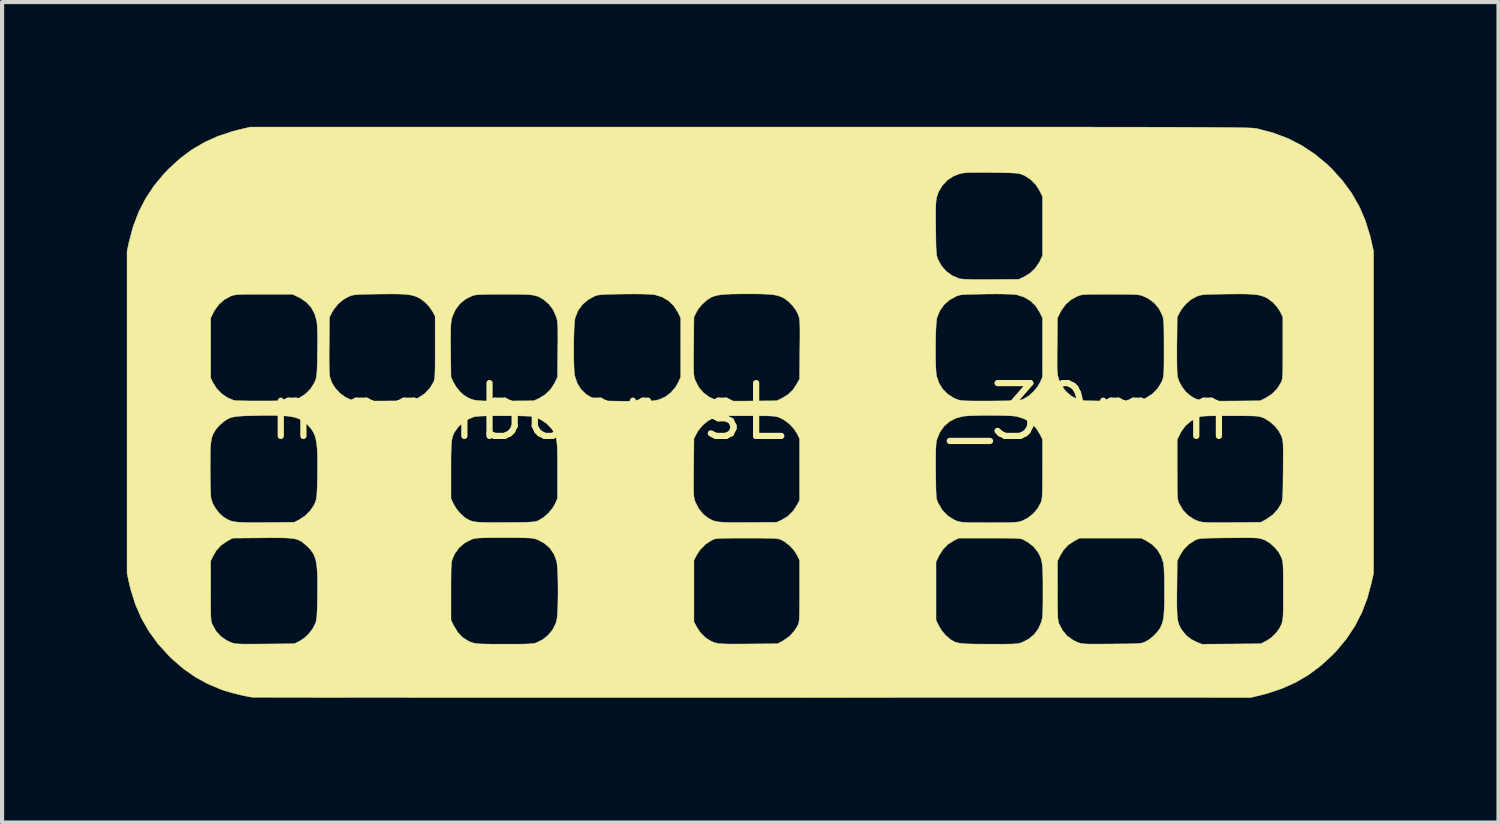
<source format=kicad_pcb>
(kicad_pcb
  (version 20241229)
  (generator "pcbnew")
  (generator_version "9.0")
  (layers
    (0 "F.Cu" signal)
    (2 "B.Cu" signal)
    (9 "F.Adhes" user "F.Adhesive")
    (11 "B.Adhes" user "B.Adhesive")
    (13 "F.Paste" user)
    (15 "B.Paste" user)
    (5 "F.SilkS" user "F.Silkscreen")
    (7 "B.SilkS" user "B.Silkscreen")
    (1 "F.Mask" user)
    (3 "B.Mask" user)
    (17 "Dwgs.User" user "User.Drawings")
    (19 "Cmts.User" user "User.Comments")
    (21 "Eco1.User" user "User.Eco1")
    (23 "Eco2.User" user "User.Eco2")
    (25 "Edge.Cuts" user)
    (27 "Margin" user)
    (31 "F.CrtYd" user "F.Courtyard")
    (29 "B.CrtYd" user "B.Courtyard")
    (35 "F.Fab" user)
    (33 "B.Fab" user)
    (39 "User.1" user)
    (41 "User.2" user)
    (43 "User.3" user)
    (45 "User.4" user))
  (footprint "mechboardsLOGO_30mm"
    (layer "F.Cu")
    (at 14.98 6.852)
    (property "Reference" "mechboardsLOGO_30mm" (at 0 0 0) (layer "F.SilkS") (effects (font (size 1.27 1.27) (thickness 0.15))))
    (attr through_hole)
    (fp_poly (pts (xy 0.853 -6.847) (xy 1.665 -6.847) (xy 2.436 -6.847) (xy 3.168 -6.847) (xy 3.862 -6.847) (xy 4.519 -6.847) (xy 5.14 -6.847) (xy 5.726 -6.847) (xy 6.277 -6.847) (xy 6.796 -6.847) (xy 7.283 -6.846) (xy 7.739 -6.846) (xy 8.165 -6.846) (xy 8.563 -6.845) (xy 8.932 -6.845) (xy 9.275 -6.845) (xy 9.593 -6.844) (xy 9.885 -6.843) (xy 10.154 -6.843) (xy 10.401 -6.842) (xy 10.626 -6.841) (xy 10.83 -6.84) (xy 11.016 -6.839) (xy 11.182 -6.838) (xy 11.332 -6.837) (xy 11.465 -6.836) (xy 11.583 -6.835) (xy 11.687 -6.833) (xy 11.777 -6.832) (xy 11.855 -6.83) (xy 11.923 -6.829) (xy 11.98 -6.827) (xy 12.028 -6.825) (xy 12.069 -6.823) (xy 12.102 -6.821) (xy 12.129 -6.818) (xy 12.152 -6.816) (xy 12.171 -6.813) (xy 12.187 -6.811) (xy 12.202 -6.808) (xy 12.203 -6.808) (xy 12.581 -6.708) (xy 12.938 -6.574) (xy 13.273 -6.402) (xy 13.587 -6.194) (xy 13.883 -5.949) (xy 13.992 -5.843) (xy 14.25 -5.559) (xy 14.469 -5.259) (xy 14.652 -4.941) (xy 14.799 -4.601) (xy 14.912 -4.237) (xy 14.949 -4.081) (xy 14.997 -3.863) (xy 14.997 3.884) (xy 14.949 4.102) (xy 14.849 4.477) (xy 14.716 4.826) (xy 14.548 5.153) (xy 14.344 5.46) (xy 14.102 5.751) (xy 13.992 5.864) (xy 13.719 6.113) (xy 13.432 6.326) (xy 13.126 6.505) (xy 12.797 6.653) (xy 12.441 6.772) (xy 12.251 6.821) (xy 12.054 6.868) (xy 0.085 6.87) (xy -0.626 6.87) (xy -1.326 6.87) (xy -2.015 6.87) (xy -2.69 6.871) (xy -3.352 6.871) (xy -3.999 6.87) (xy -4.629 6.87) (xy -5.242 6.87) (xy -5.836 6.87) (xy -6.41 6.87) (xy -6.963 6.87) (xy -7.493 6.87) (xy -8 6.87) (xy -8.482 6.869) (xy -8.939 6.869) (xy -9.368 6.869) (xy -9.768 6.868) (xy -10.139 6.868) (xy -10.479 6.868) (xy -10.788 6.867) (xy -11.063 6.867) (xy -11.303 6.867) (xy -11.508 6.866) (xy -11.677 6.866) (xy -11.807 6.865) (xy -11.898 6.865) (xy -11.949 6.864) (xy -11.959 6.864) (xy -12.061 6.848) (xy -12.191 6.821) (xy -12.334 6.787) (xy -12.48 6.749) (xy -12.614 6.71) (xy -12.721 6.673) (xy -13.041 6.538) (xy -13.334 6.377) (xy -13.61 6.185) (xy -13.874 5.958) (xy -13.971 5.864) (xy -14.229 5.58) (xy -14.448 5.28) (xy -14.631 4.962) (xy -14.778 4.622) (xy -14.891 4.258) (xy -14.928 4.102) (xy -14.975 3.884) (xy -14.975 3.588) (xy -12.965 3.588) (xy -12.965 4.307) (xy -12.964 4.501) (xy -12.964 4.658) (xy -12.963 4.782) (xy -12.961 4.878) (xy -12.958 4.951) (xy -12.953 5.005) (xy -12.947 5.046) (xy -12.938 5.078) (xy -12.928 5.106) (xy -12.918 5.127) (xy -12.83 5.281) (xy -12.718 5.403) (xy -12.579 5.497) (xy -12.49 5.539) (xy -12.457 5.552) (xy -12.426 5.563) (xy -12.391 5.571) (xy -12.348 5.577) (xy -12.291 5.581) (xy -12.217 5.584) (xy -12.119 5.585) (xy -11.993 5.585) (xy -11.834 5.584) (xy -11.663 5.583) (xy -10.954 5.577) (xy -10.833 5.518) (xy -10.711 5.439) (xy -10.597 5.33) (xy -10.504 5.205) (xy -10.454 5.106) (xy -10.439 5.067) (xy -10.428 5.028) (xy -10.419 4.984) (xy -10.413 4.927) (xy -10.408 4.853) (xy -10.404 4.756) (xy -10.401 4.63) (xy -10.398 4.47) (xy -10.397 4.41) (xy -10.397 4.318) (xy -7.186 4.318) (xy -7.186 5.006) (xy -7.12 5.144) (xy -7.022 5.303) (xy -6.902 5.428) (xy -6.758 5.518) (xy -6.682 5.549) (xy -6.646 5.56) (xy -6.606 5.568) (xy -6.555 5.575) (xy -6.489 5.58) (xy -6.403 5.583) (xy -6.291 5.585) (xy -6.149 5.587) (xy -5.971 5.587) (xy -5.903 5.587) (xy -5.707 5.587) (xy -5.55 5.586) (xy -5.425 5.584) (xy -5.328 5.581) (xy -5.255 5.576) (xy -5.201 5.57) (xy -5.16 5.562) (xy -5.141 5.556) (xy -4.986 5.481) (xy -4.852 5.374) (xy -4.743 5.242) (xy -4.667 5.092) (xy -4.647 5.028) (xy -4.635 4.959) (xy -4.626 4.856) (xy -4.619 4.726) (xy -4.615 4.575) (xy -4.612 4.413) (xy -4.612 4.246) (xy -4.614 4.082) (xy -4.618 3.927) (xy -4.624 3.791) (xy -4.633 3.68) (xy -4.644 3.602) (xy -4.647 3.587) (xy -4.655 3.567) (xy -1.344 3.567) (xy -1.344 5.048) (xy -1.286 5.159) (xy -1.187 5.312) (xy -1.071 5.428) (xy -1.001 5.476) (xy -0.95 5.505) (xy -0.904 5.528) (xy -0.858 5.547) (xy -0.807 5.561) (xy -0.747 5.571) (xy -0.67 5.578) (xy -0.574 5.582) (xy -0.452 5.584) (xy -0.299 5.584) (xy -0.111 5.583) (xy -0.042 5.582) (xy 0.667 5.577) (xy 0.801 5.505) (xy 0.95 5.401) (xy 1.073 5.268) (xy 1.147 5.147) (xy 1.16 5.12) (xy 1.171 5.093) (xy 1.179 5.062) (xy 1.185 5.021) (xy 1.189 4.967) (xy 1.192 4.895) (xy 1.194 4.799) (xy 1.195 4.675) (xy 1.196 4.519) (xy 1.196 4.326) (xy 1.196 3.609) (xy 4.477 3.609) (xy 4.477 5.006) (xy 4.536 5.133) (xy 4.61 5.258) (xy 4.709 5.375) (xy 4.818 5.469) (xy 4.843 5.486) (xy 4.888 5.512) (xy 4.933 5.534) (xy 4.982 5.55) (xy 5.041 5.563) (xy 5.114 5.572) (xy 5.208 5.579) (xy 5.326 5.583) (xy 5.474 5.585) (xy 5.657 5.586) (xy 5.762 5.587) (xy 5.951 5.587) (xy 6.103 5.586) (xy 6.222 5.585) (xy 6.314 5.583) (xy 6.384 5.579) (xy 6.438 5.574) (xy 6.479 5.566) (xy 6.514 5.557) (xy 6.543 5.547) (xy 6.706 5.464) (xy 6.84 5.351) (xy 6.943 5.21) (xy 7.009 5.056) (xy 7.02 5.014) (xy 7.03 4.969) (xy 7.037 4.916) (xy 7.042 4.848) (xy 7.045 4.76) (xy 7.047 4.647) (xy 7.048 4.503) (xy 7.048 4.322) (xy 7.048 4.309) (xy 7.048 4.109) (xy 7.046 3.945) (xy 7.042 3.812) (xy 7.035 3.706) (xy 7.024 3.62) (xy 7.016 3.588) (xy 7.398 3.588) (xy 7.398 4.297) (xy 7.398 4.492) (xy 7.399 4.65) (xy 7.4 4.775) (xy 7.403 4.872) (xy 7.406 4.945) (xy 7.412 5.001) (xy 7.418 5.042) (xy 7.427 5.075) (xy 7.436 5.099) (xy 7.521 5.26) (xy 7.631 5.389) (xy 7.771 5.49) (xy 7.872 5.539) (xy 7.905 5.552) (xy 7.937 5.563) (xy 7.971 5.571) (xy 8.015 5.577) (xy 8.071 5.581) (xy 8.146 5.584) (xy 8.243 5.585) (xy 8.369 5.585) (xy 8.528 5.584) (xy 8.7 5.583) (xy 8.892 5.581) (xy 9.048 5.58) (xy 9.17 5.577) (xy 9.265 5.575) (xy 9.337 5.571) (xy 9.391 5.565) (xy 9.432 5.558) (xy 9.464 5.55) (xy 9.493 5.538) (xy 9.508 5.531) (xy 9.608 5.472) (xy 9.71 5.388) (xy 9.8 5.294) (xy 9.866 5.2) (xy 9.874 5.186) (xy 9.901 5.127) (xy 9.923 5.065) (xy 9.94 4.995) (xy 9.952 4.911) (xy 9.96 4.808) (xy 9.966 4.68) (xy 9.967 4.639) (xy 10.268 4.639) (xy 10.271 4.777) (xy 10.276 4.888) (xy 10.284 4.977) (xy 10.297 5.049) (xy 10.315 5.109) (xy 10.338 5.162) (xy 10.367 5.214) (xy 10.398 5.261) (xy 10.496 5.38) (xy 10.614 5.471) (xy 10.744 5.536) (xy 10.869 5.588) (xy 11.578 5.583) (xy 12.287 5.577) (xy 12.411 5.515) (xy 12.534 5.434) (xy 12.646 5.328) (xy 12.736 5.207) (xy 12.783 5.111) (xy 12.795 5.076) (xy 12.805 5.041) (xy 12.812 4.999) (xy 12.818 4.946) (xy 12.822 4.877) (xy 12.825 4.787) (xy 12.826 4.671) (xy 12.827 4.523) (xy 12.827 4.339) (xy 12.827 4.307) (xy 12.827 4.118) (xy 12.826 3.965) (xy 12.825 3.845) (xy 12.823 3.751) (xy 12.819 3.68) (xy 12.814 3.625) (xy 12.807 3.582) (xy 12.797 3.545) (xy 12.785 3.51) (xy 12.781 3.499) (xy 12.718 3.378) (xy 12.624 3.262) (xy 12.511 3.161) (xy 12.39 3.087) (xy 12.352 3.072) (xy 12.317 3.059) (xy 12.283 3.049) (xy 12.245 3.041) (xy 12.198 3.035) (xy 12.138 3.032) (xy 12.058 3.029) (xy 11.955 3.028) (xy 11.823 3.029) (xy 11.657 3.03) (xy 11.516 3.031) (xy 11.324 3.033) (xy 11.169 3.035) (xy 11.047 3.037) (xy 10.952 3.04) (xy 10.881 3.044) (xy 10.828 3.049) (xy 10.788 3.056) (xy 10.757 3.065) (xy 10.729 3.076) (xy 10.706 3.087) (xy 10.552 3.186) (xy 10.427 3.315) (xy 10.346 3.445) (xy 10.276 3.587) (xy 10.27 4.261) (xy 10.268 4.468) (xy 10.268 4.639) (xy 9.967 4.639) (xy 9.969 4.522) (xy 9.969 4.328) (xy 9.97 4.307) (xy 9.969 4.129) (xy 9.966 3.969) (xy 9.961 3.833) (xy 9.956 3.726) (xy 9.949 3.654) (xy 9.946 3.636) (xy 9.888 3.464) (xy 9.796 3.313) (xy 9.671 3.187) (xy 9.525 3.095) (xy 9.409 3.037) (xy 7.927 3.037) (xy 7.793 3.11) (xy 7.655 3.203) (xy 7.544 3.322) (xy 7.455 3.471) (xy 7.398 3.588) (xy 7.016 3.588) (xy 7.008 3.55) (xy 6.987 3.489) (xy 6.961 3.433) (xy 6.927 3.376) (xy 6.917 3.36) (xy 6.825 3.245) (xy 6.701 3.145) (xy 6.604 3.088) (xy 6.578 3.074) (xy 6.553 3.064) (xy 6.524 3.055) (xy 6.486 3.049) (xy 6.435 3.044) (xy 6.366 3.041) (xy 6.274 3.039) (xy 6.155 3.038) (xy 6.004 3.038) (xy 5.817 3.037) (xy 5.768 3.037) (xy 5.027 3.037) (xy 4.911 3.092) (xy 4.769 3.182) (xy 4.647 3.305) (xy 4.551 3.454) (xy 4.542 3.471) (xy 4.477 3.609) (xy 1.196 3.609) (xy 1.196 3.567) (xy 1.137 3.448) (xy 1.064 3.332) (xy 0.962 3.222) (xy 0.848 3.13) (xy 0.767 3.084) (xy 0.739 3.071) (xy 0.71 3.061) (xy 0.676 3.054) (xy 0.633 3.048) (xy 0.575 3.044) (xy 0.497 3.041) (xy 0.396 3.039) (xy 0.265 3.038) (xy 0.102 3.037) (xy -0.074 3.037) (xy -0.271 3.037) (xy -0.43 3.038) (xy -0.556 3.039) (xy -0.654 3.041) (xy -0.728 3.043) (xy -0.783 3.048) (xy -0.825 3.054) (xy -0.856 3.062) (xy -0.883 3.072) (xy -0.91 3.085) (xy -0.915 3.087) (xy -1.068 3.186) (xy -1.196 3.318) (xy -1.272 3.433) (xy -1.344 3.567) (xy -4.655 3.567) (xy -4.711 3.419) (xy -4.808 3.278) (xy -4.937 3.164) (xy -5.097 3.077) (xy -5.132 3.064) (xy -5.165 3.053) (xy -5.202 3.044) (xy -5.247 3.038) (xy -5.307 3.034) (xy -5.386 3.031) (xy -5.488 3.029) (xy -5.62 3.028) (xy -5.787 3.027) (xy -5.9 3.027) (xy -6.09 3.027) (xy -6.243 3.028) (xy -6.364 3.029) (xy -6.458 3.032) (xy -6.529 3.036) (xy -6.583 3.041) (xy -6.626 3.048) (xy -6.661 3.057) (xy -6.691 3.068) (xy -6.854 3.151) (xy -6.987 3.263) (xy -7.091 3.406) (xy -7.146 3.524) (xy -7.157 3.557) (xy -7.166 3.593) (xy -7.173 3.637) (xy -7.178 3.694) (xy -7.182 3.77) (xy -7.184 3.869) (xy -7.185 3.996) (xy -7.186 4.157) (xy -7.186 4.318) (xy -10.397 4.318) (xy -10.395 4.179) (xy -10.397 3.985) (xy -10.403 3.824) (xy -10.415 3.69) (xy -10.434 3.58) (xy -10.461 3.489) (xy -10.497 3.41) (xy -10.543 3.341) (xy -10.6 3.276) (xy -10.656 3.222) (xy -10.712 3.173) (xy -10.763 3.132) (xy -10.813 3.1) (xy -10.869 3.075) (xy -10.935 3.056) (xy -11.016 3.043) (xy -11.116 3.035) (xy -11.241 3.031) (xy -11.395 3.029) (xy -11.583 3.03) (xy -11.725 3.031) (xy -12.435 3.037) (xy -12.569 3.11) (xy -12.714 3.209) (xy -12.829 3.335) (xy -12.909 3.471) (xy -12.965 3.588) (xy -14.975 3.588) (xy -14.975 1.368) (xy -12.975 1.368) (xy -12.974 1.548) (xy -12.972 1.712) (xy -12.968 1.854) (xy -12.964 1.97) (xy -12.958 2.053) (xy -12.952 2.094) (xy -12.912 2.211) (xy -12.843 2.331) (xy -12.757 2.44) (xy -12.665 2.521) (xy -12.609 2.559) (xy -12.558 2.589) (xy -12.507 2.613) (xy -12.451 2.632) (xy -12.384 2.645) (xy -12.302 2.654) (xy -12.2 2.66) (xy -12.072 2.663) (xy -11.913 2.663) (xy -11.719 2.662) (xy -11.652 2.662) (xy -10.954 2.656) (xy -10.825 2.589) (xy -10.691 2.499) (xy -10.573 2.382) (xy -10.483 2.249) (xy -10.453 2.184) (xy -10.439 2.146) (xy -10.428 2.107) (xy -10.419 2.062) (xy -10.413 2.005) (xy -10.408 1.93) (xy -10.404 1.833) (xy -10.401 1.706) (xy -10.398 1.544) (xy -10.397 1.489) (xy -10.397 1.397) (xy -7.186 1.397) (xy -7.186 2.085) (xy -7.127 2.212) (xy -7.052 2.337) (xy -6.954 2.454) (xy -6.845 2.548) (xy -6.819 2.565) (xy -6.775 2.591) (xy -6.732 2.613) (xy -6.685 2.629) (xy -6.629 2.642) (xy -6.559 2.651) (xy -6.471 2.657) (xy -6.359 2.66) (xy -6.219 2.662) (xy -6.045 2.662) (xy -5.874 2.661) (xy -5.683 2.66) (xy -5.529 2.658) (xy -5.408 2.656) (xy -5.314 2.653) (xy -5.243 2.649) (xy -5.19 2.644) (xy -5.15 2.637) (xy -5.118 2.628) (xy -5.089 2.617) (xy -5.075 2.61) (xy -4.955 2.536) (xy -4.84 2.434) (xy -4.742 2.315) (xy -4.686 2.217) (xy -4.625 2.085) (xy -4.625 1.692) (xy -1.353 1.692) (xy -1.353 1.814) (xy -1.351 1.908) (xy -1.349 1.981) (xy -1.344 2.036) (xy -1.338 2.079) (xy -1.329 2.115) (xy -1.318 2.149) (xy -1.312 2.167) (xy -1.23 2.329) (xy -1.119 2.462) (xy -1.029 2.535) (xy -0.977 2.569) (xy -0.928 2.596) (xy -0.878 2.618) (xy -0.822 2.634) (xy -0.754 2.646) (xy -0.67 2.654) (xy -0.564 2.659) (xy -0.431 2.662) (xy -0.267 2.662) (xy -0.066 2.661) (xy -0.042 2.661) (xy 0.646 2.656) (xy 0.765 2.601) (xy 0.916 2.51) (xy 1.037 2.391) (xy 1.124 2.26) (xy 1.196 2.127) (xy 1.196 1.164) (xy 4.468 1.164) (xy 4.469 1.354) (xy 4.47 1.455) (xy 4.472 1.635) (xy 4.474 1.777) (xy 4.476 1.888) (xy 4.48 1.973) (xy 4.484 2.037) (xy 4.491 2.085) (xy 4.499 2.122) (xy 4.511 2.155) (xy 4.525 2.188) (xy 4.533 2.204) (xy 4.629 2.365) (xy 4.752 2.495) (xy 4.9 2.591) (xy 4.98 2.626) (xy 5.015 2.637) (xy 5.053 2.646) (xy 5.099 2.653) (xy 5.16 2.658) (xy 5.239 2.661) (xy 5.342 2.664) (xy 5.474 2.665) (xy 5.64 2.665) (xy 5.757 2.666) (xy 5.948 2.665) (xy 6.101 2.664) (xy 6.222 2.663) (xy 6.315 2.66) (xy 6.387 2.655) (xy 6.442 2.65) (xy 6.485 2.642) (xy 6.522 2.632) (xy 6.533 2.628) (xy 6.678 2.557) (xy 6.811 2.453) (xy 6.921 2.325) (xy 6.999 2.181) (xy 7 2.179) (xy 7.011 2.149) (xy 7.019 2.114) (xy 7.025 2.068) (xy 7.03 2.008) (xy 7.034 1.928) (xy 7.036 1.823) (xy 7.037 1.689) (xy 7.038 1.521) (xy 7.038 1.376) (xy 7.038 0.667) (xy 7.038 0.666) (xy 10.276 0.666) (xy 10.276 1.386) (xy 10.277 1.58) (xy 10.277 1.736) (xy 10.278 1.86) (xy 10.28 1.956) (xy 10.283 2.029) (xy 10.288 2.083) (xy 10.294 2.124) (xy 10.303 2.157) (xy 10.313 2.185) (xy 10.324 2.208) (xy 10.418 2.368) (xy 10.539 2.495) (xy 10.688 2.59) (xy 10.78 2.628) (xy 10.814 2.639) (xy 10.851 2.647) (xy 10.897 2.654) (xy 10.956 2.658) (xy 11.033 2.661) (xy 11.134 2.663) (xy 11.263 2.663) (xy 11.425 2.663) (xy 11.589 2.662) (xy 12.287 2.656) (xy 12.421 2.584) (xy 12.57 2.48) (xy 12.694 2.347) (xy 12.768 2.226) (xy 12.781 2.198) (xy 12.792 2.17) (xy 12.8 2.137) (xy 12.806 2.094) (xy 12.811 2.037) (xy 12.815 1.96) (xy 12.818 1.859) (xy 12.82 1.729) (xy 12.821 1.565) (xy 12.823 1.416) (xy 12.824 1.224) (xy 12.825 1.068) (xy 12.825 0.945) (xy 12.824 0.849) (xy 12.821 0.776) (xy 12.817 0.72) (xy 12.811 0.676) (xy 12.802 0.64) (xy 12.791 0.606) (xy 12.782 0.58) (xy 12.718 0.459) (xy 12.624 0.341) (xy 12.509 0.239) (xy 12.385 0.162) (xy 12.351 0.147) (xy 12.315 0.132) (xy 12.28 0.121) (xy 12.243 0.113) (xy 12.198 0.106) (xy 12.139 0.102) (xy 12.061 0.099) (xy 11.96 0.097) (xy 11.83 0.096) (xy 11.666 0.096) (xy 11.546 0.096) (xy 11.359 0.096) (xy 11.208 0.096) (xy 11.09 0.097) (xy 10.998 0.1) (xy 10.928 0.103) (xy 10.875 0.109) (xy 10.834 0.116) (xy 10.799 0.125) (xy 10.765 0.137) (xy 10.748 0.144) (xy 10.6 0.226) (xy 10.471 0.341) (xy 10.368 0.483) (xy 10.346 0.525) (xy 10.276 0.666) (xy 7.038 0.666) (xy 6.982 0.55) (xy 6.885 0.393) (xy 6.76 0.267) (xy 6.61 0.174) (xy 6.437 0.116) (xy 6.392 0.107) (xy 6.321 0.1) (xy 6.216 0.094) (xy 6.085 0.09) (xy 5.936 0.087) (xy 5.779 0.086) (xy 5.621 0.086) (xy 5.469 0.089) (xy 5.334 0.093) (xy 5.222 0.098) (xy 5.143 0.106) (xy 5.137 0.106) (xy 4.959 0.152) (xy 4.803 0.232) (xy 4.673 0.344) (xy 4.572 0.485) (xy 4.502 0.653) (xy 4.485 0.72) (xy 4.479 0.776) (xy 4.473 0.871) (xy 4.47 1.002) (xy 4.468 1.164) (xy 1.196 1.164) (xy 1.196 0.646) (xy 1.137 0.525) (xy 1.058 0.404) (xy 0.95 0.29) (xy 0.826 0.197) (xy 0.725 0.145) (xy 0.69 0.131) (xy 0.656 0.12) (xy 0.618 0.112) (xy 0.572 0.106) (xy 0.511 0.101) (xy 0.431 0.098) (xy 0.327 0.097) (xy 0.193 0.096) (xy 0.024 0.096) (xy -0.074 0.096) (xy -0.262 0.096) (xy -0.412 0.096) (xy -0.531 0.097) (xy -0.622 0.1) (xy -0.692 0.103) (xy -0.745 0.109) (xy -0.786 0.116) (xy -0.821 0.125) (xy -0.855 0.137) (xy -0.873 0.145) (xy -1.004 0.216) (xy -1.128 0.318) (xy -1.231 0.439) (xy -1.282 0.522) (xy -1.344 0.646) (xy -1.35 1.346) (xy -1.352 1.537) (xy -1.353 1.692) (xy -4.625 1.692) (xy -4.625 1.397) (xy -4.625 1.191) (xy -4.627 1.021) (xy -4.63 0.884) (xy -4.636 0.775) (xy -4.645 0.687) (xy -4.658 0.617) (xy -4.677 0.558) (xy -4.701 0.507) (xy -4.731 0.457) (xy -4.769 0.405) (xy -4.779 0.392) (xy -4.87 0.296) (xy -4.988 0.21) (xy -5.115 0.143) (xy -5.175 0.121) (xy -5.222 0.113) (xy -5.302 0.106) (xy -5.417 0.101) (xy -5.569 0.097) (xy -5.759 0.096) (xy -5.905 0.095) (xy -6.123 0.096) (xy -6.3 0.098) (xy -6.438 0.102) (xy -6.541 0.108) (xy -6.609 0.115) (xy -6.636 0.121) (xy -6.763 0.175) (xy -6.887 0.253) (xy -6.993 0.346) (xy -7.032 0.392) (xy -7.071 0.446) (xy -7.104 0.495) (xy -7.129 0.546) (xy -7.149 0.602) (xy -7.163 0.669) (xy -7.174 0.752) (xy -7.18 0.857) (xy -7.184 0.987) (xy -7.186 1.148) (xy -7.186 1.345) (xy -7.186 1.397) (xy -10.397 1.397) (xy -10.395 1.258) (xy -10.397 1.065) (xy -10.403 0.904) (xy -10.415 0.771) (xy -10.434 0.661) (xy -10.46 0.569) (xy -10.495 0.491) (xy -10.539 0.421) (xy -10.594 0.356) (xy -10.628 0.32) (xy -10.694 0.259) (xy -10.763 0.209) (xy -10.838 0.169) (xy -10.925 0.138) (xy -11.029 0.115) (xy -11.153 0.1) (xy -11.304 0.091) (xy -11.485 0.087) (xy -11.701 0.088) (xy -11.818 0.09) (xy -12.003 0.094) (xy -12.153 0.098) (xy -12.271 0.105) (xy -12.365 0.115) (xy -12.44 0.129) (xy -12.502 0.148) (xy -12.557 0.174) (xy -12.61 0.207) (xy -12.667 0.249) (xy -12.668 0.25) (xy -12.741 0.313) (xy -12.81 0.388) (xy -12.843 0.431) (xy -12.878 0.487) (xy -12.907 0.54) (xy -12.929 0.596) (xy -12.946 0.659) (xy -12.958 0.737) (xy -12.967 0.833) (xy -12.972 0.954) (xy -12.974 1.104) (xy -12.975 1.289) (xy -12.975 1.368) (xy -14.975 1.368) (xy -14.975 -2.255) (xy -12.965 -2.255) (xy -12.965 -0.815) (xy -12.907 -0.698) (xy -12.818 -0.558) (xy -12.7 -0.436) (xy -12.563 -0.341) (xy -12.416 -0.279) (xy -12.396 -0.274) (xy -12.359 -0.27) (xy -12.285 -0.266) (xy -12.18 -0.264) (xy -12.051 -0.262) (xy -11.901 -0.261) (xy -11.738 -0.261) (xy -11.652 -0.261) (xy -10.974 -0.265) (xy -10.833 -0.334) (xy -10.686 -0.428) (xy -10.564 -0.549) (xy -10.474 -0.691) (xy -10.453 -0.737) (xy -10.439 -0.775) (xy -10.428 -0.813) (xy -10.419 -0.858) (xy -10.413 -0.913) (xy -10.408 -0.987) (xy -10.404 -1.082) (xy -10.401 -1.207) (xy -10.399 -1.366) (xy -10.398 -1.375) (xy -10.116 -1.375) (xy -10.115 -1.183) (xy -10.112 -1.031) (xy -10.107 -0.919) (xy -10.1 -0.846) (xy -10.097 -0.831) (xy -10.047 -0.693) (xy -9.962 -0.561) (xy -9.853 -0.444) (xy -9.725 -0.35) (xy -9.589 -0.288) (xy -9.573 -0.284) (xy -9.53 -0.275) (xy -9.466 -0.269) (xy -9.377 -0.264) (xy -9.259 -0.261) (xy -9.109 -0.259) (xy -8.923 -0.26) (xy -8.794 -0.26) (xy -8.116 -0.265) (xy -7.975 -0.334) (xy -7.823 -0.432) (xy -7.699 -0.561) (xy -7.616 -0.695) (xy -7.603 -0.722) (xy -7.593 -0.749) (xy -7.584 -0.78) (xy -7.578 -0.82) (xy -7.574 -0.873) (xy -7.571 -0.945) (xy -7.569 -1.04) (xy -7.568 -1.163) (xy -7.567 -1.318) (xy -7.567 -1.509) (xy -7.567 -1.545) (xy -7.567 -1.758) (xy -7.195 -1.758) (xy -7.194 -1.589) (xy -7.193 -1.476) (xy -7.186 -0.836) (xy -7.13 -0.716) (xy -7.062 -0.599) (xy -6.974 -0.49) (xy -6.878 -0.401) (xy -6.806 -0.355) (xy -6.753 -0.328) (xy -6.704 -0.307) (xy -6.654 -0.29) (xy -6.597 -0.278) (xy -6.529 -0.269) (xy -6.443 -0.263) (xy -6.336 -0.26) (xy -6.2 -0.259) (xy -6.032 -0.259) (xy -5.874 -0.26) (xy -5.196 -0.265) (xy -5.067 -0.324) (xy -4.922 -0.414) (xy -4.796 -0.535) (xy -4.699 -0.679) (xy -4.684 -0.709) (xy -4.625 -0.836) (xy -4.618 -1.489) (xy -4.618 -1.511) (xy -4.235 -1.511) (xy -4.234 -1.351) (xy -4.232 -1.2) (xy -4.227 -1.067) (xy -4.221 -0.957) (xy -4.212 -0.879) (xy -4.21 -0.864) (xy -4.153 -0.692) (xy -4.062 -0.544) (xy -3.938 -0.421) (xy -3.785 -0.328) (xy -3.672 -0.284) (xy -3.628 -0.275) (xy -3.556 -0.268) (xy -3.451 -0.262) (xy -3.313 -0.259) (xy -3.137 -0.256) (xy -2.95 -0.255) (xy -2.766 -0.255) (xy -2.618 -0.256) (xy -2.502 -0.257) (xy -2.412 -0.26) (xy -2.342 -0.264) (xy -2.286 -0.27) (xy -2.24 -0.279) (xy -2.197 -0.29) (xy -2.172 -0.297) (xy -2.029 -0.362) (xy -1.899 -0.461) (xy -1.79 -0.587) (xy -1.723 -0.703) (xy -1.662 -0.836) (xy -1.662 -1.229) (xy -1.353 -1.229) (xy -1.353 -1.107) (xy -1.351 -1.012) (xy -1.349 -0.939) (xy -1.344 -0.884) (xy -1.338 -0.841) (xy -1.329 -0.805) (xy -1.318 -0.772) (xy -1.313 -0.757) (xy -1.23 -0.594) (xy -1.117 -0.459) (xy -0.975 -0.354) (xy -0.84 -0.293) (xy -0.806 -0.282) (xy -0.769 -0.274) (xy -0.723 -0.267) (xy -0.663 -0.263) (xy -0.585 -0.26) (xy -0.484 -0.258) (xy -0.354 -0.258) (xy -0.19 -0.258) (xy -0.042 -0.259) (xy 0.646 -0.265) (xy 0.762 -0.32) (xy 0.916 -0.413) (xy 1.038 -0.531) (xy 1.123 -0.66) (xy 1.196 -0.794) (xy 1.202 -1.505) (xy 1.202 -1.511) (xy 4.465 -1.511) (xy 4.465 -1.351) (xy 4.468 -1.2) (xy 4.472 -1.067) (xy 4.479 -0.957) (xy 4.487 -0.879) (xy 4.49 -0.864) (xy 4.547 -0.694) (xy 4.638 -0.545) (xy 4.762 -0.422) (xy 4.913 -0.327) (xy 5.023 -0.284) (xy 5.059 -0.276) (xy 5.113 -0.269) (xy 5.188 -0.264) (xy 5.289 -0.261) (xy 5.42 -0.26) (xy 5.584 -0.259) (xy 5.786 -0.26) (xy 5.8 -0.26) (xy 5.989 -0.262) (xy 6.141 -0.263) (xy 6.261 -0.266) (xy 6.353 -0.268) (xy 6.423 -0.272) (xy 6.475 -0.278) (xy 6.515 -0.285) (xy 6.547 -0.294) (xy 6.576 -0.306) (xy 6.589 -0.312) (xy 6.711 -0.387) (xy 6.826 -0.491) (xy 6.924 -0.611) (xy 6.977 -0.704) (xy 7.038 -0.836) (xy 7.038 -1.249) (xy 7.389 -1.249) (xy 7.389 -1.13) (xy 7.39 -1.038) (xy 7.393 -0.968) (xy 7.398 -0.913) (xy 7.405 -0.868) (xy 7.415 -0.829) (xy 7.427 -0.79) (xy 7.43 -0.781) (xy 7.505 -0.618) (xy 7.611 -0.48) (xy 7.744 -0.37) (xy 7.898 -0.294) (xy 7.967 -0.274) (xy 8.004 -0.27) (xy 8.077 -0.266) (xy 8.182 -0.264) (xy 8.312 -0.262) (xy 8.461 -0.261) (xy 8.625 -0.261) (xy 8.711 -0.261) (xy 9.388 -0.265) (xy 9.529 -0.334) (xy 9.677 -0.428) (xy 9.8 -0.551) (xy 9.892 -0.696) (xy 9.91 -0.737) (xy 9.924 -0.771) (xy 9.934 -0.805) (xy 9.943 -0.842) (xy 9.949 -0.889) (xy 9.953 -0.95) (xy 9.956 -1.03) (xy 9.958 -1.135) (xy 9.959 -1.269) (xy 9.959 -1.371) (xy 10.268 -1.371) (xy 10.269 -1.175) (xy 10.272 -1.021) (xy 10.277 -0.909) (xy 10.285 -0.839) (xy 10.287 -0.832) (xy 10.329 -0.712) (xy 10.399 -0.589) (xy 10.487 -0.478) (xy 10.576 -0.4) (xy 10.632 -0.362) (xy 10.683 -0.331) (xy 10.735 -0.307) (xy 10.792 -0.289) (xy 10.859 -0.275) (xy 10.942 -0.266) (xy 11.045 -0.261) (xy 11.174 -0.258) (xy 11.335 -0.258) (xy 11.531 -0.259) (xy 11.579 -0.259) (xy 12.267 -0.265) (xy 12.408 -0.334) (xy 12.56 -0.432) (xy 12.685 -0.562) (xy 12.767 -0.694) (xy 12.78 -0.721) (xy 12.791 -0.748) (xy 12.799 -0.779) (xy 12.805 -0.818) (xy 12.81 -0.871) (xy 12.813 -0.942) (xy 12.815 -1.036) (xy 12.816 -1.157) (xy 12.816 -1.311) (xy 12.816 -1.502) (xy 12.816 -2.275) (xy 12.762 -2.392) (xy 12.683 -2.518) (xy 12.577 -2.633) (xy 12.457 -2.723) (xy 12.425 -2.741) (xy 12.366 -2.768) (xy 12.304 -2.79) (xy 12.234 -2.807) (xy 12.152 -2.82) (xy 12.051 -2.828) (xy 11.927 -2.833) (xy 11.774 -2.834) (xy 11.587 -2.833) (xy 11.472 -2.832) (xy 11.295 -2.829) (xy 11.154 -2.827) (xy 11.045 -2.824) (xy 10.961 -2.82) (xy 10.898 -2.814) (xy 10.849 -2.807) (xy 10.808 -2.797) (xy 10.772 -2.785) (xy 10.748 -2.776) (xy 10.611 -2.702) (xy 10.485 -2.595) (xy 10.381 -2.467) (xy 10.344 -2.405) (xy 10.276 -2.275) (xy 10.269 -1.609) (xy 10.268 -1.371) (xy 9.959 -1.371) (xy 9.959 -1.438) (xy 9.959 -1.535) (xy 9.959 -1.725) (xy 9.958 -1.878) (xy 9.956 -1.998) (xy 9.954 -2.092) (xy 9.95 -2.163) (xy 9.944 -2.218) (xy 9.937 -2.26) (xy 9.927 -2.295) (xy 9.919 -2.32) (xy 9.837 -2.484) (xy 9.724 -2.619) (xy 9.58 -2.725) (xy 9.451 -2.785) (xy 9.418 -2.797) (xy 9.382 -2.806) (xy 9.338 -2.813) (xy 9.281 -2.818) (xy 9.205 -2.821) (xy 9.106 -2.824) (xy 8.978 -2.825) (xy 8.817 -2.826) (xy 8.668 -2.826) (xy 8.48 -2.826) (xy 8.33 -2.825) (xy 8.211 -2.824) (xy 8.12 -2.822) (xy 8.05 -2.818) (xy 7.997 -2.813) (xy 7.956 -2.806) (xy 7.921 -2.796) (xy 7.887 -2.784) (xy 7.87 -2.777) (xy 7.721 -2.695) (xy 7.592 -2.58) (xy 7.489 -2.438) (xy 7.467 -2.396) (xy 7.398 -2.255) (xy 7.391 -1.586) (xy 7.389 -1.399) (xy 7.389 -1.249) (xy 7.038 -1.249) (xy 7.038 -2.255) (xy 6.968 -2.396) (xy 6.871 -2.549) (xy 6.745 -2.67) (xy 6.593 -2.759) (xy 6.417 -2.814) (xy 6.404 -2.817) (xy 6.339 -2.824) (xy 6.237 -2.829) (xy 6.1 -2.832) (xy 5.932 -2.834) (xy 5.737 -2.833) (xy 5.675 -2.832) (xy 5.496 -2.829) (xy 5.353 -2.827) (xy 5.243 -2.823) (xy 5.158 -2.819) (xy 5.095 -2.813) (xy 5.047 -2.806) (xy 5.009 -2.797) (xy 4.976 -2.785) (xy 4.97 -2.783) (xy 4.805 -2.692) (xy 4.671 -2.575) (xy 4.569 -2.433) (xy 4.502 -2.268) (xy 4.499 -2.255) (xy 4.489 -2.194) (xy 4.481 -2.097) (xy 4.474 -1.974) (xy 4.469 -1.83) (xy 4.466 -1.673) (xy 4.465 -1.511) (xy 1.202 -1.511) (xy 1.204 -1.698) (xy 1.205 -1.854) (xy 1.205 -1.977) (xy 1.203 -2.073) (xy 1.201 -2.146) (xy 1.196 -2.203) (xy 1.19 -2.246) (xy 1.182 -2.282) (xy 1.171 -2.316) (xy 1.164 -2.335) (xy 1.108 -2.445) (xy 1.025 -2.555) (xy 0.928 -2.654) (xy 0.828 -2.728) (xy 0.806 -2.74) (xy 0.746 -2.768) (xy 0.683 -2.79) (xy 0.612 -2.807) (xy 0.527 -2.819) (xy 0.423 -2.828) (xy 0.293 -2.833) (xy 0.133 -2.836) (xy -0.061 -2.836) (xy -0.267 -2.835) (xy -0.436 -2.832) (xy -0.574 -2.826) (xy -0.685 -2.816) (xy -0.774 -2.803) (xy -0.847 -2.785) (xy -0.909 -2.762) (xy -0.939 -2.748) (xy -1.048 -2.676) (xy -1.154 -2.577) (xy -1.243 -2.467) (xy -1.286 -2.394) (xy -1.344 -2.275) (xy -1.35 -1.575) (xy -1.352 -1.383) (xy -1.353 -1.229) (xy -1.662 -1.229) (xy -1.662 -2.255) (xy -1.731 -2.396) (xy -1.828 -2.549) (xy -1.954 -2.67) (xy -2.106 -2.759) (xy -2.282 -2.814) (xy -2.296 -2.817) (xy -2.36 -2.824) (xy -2.463 -2.829) (xy -2.6 -2.832) (xy -2.768 -2.834) (xy -2.963 -2.833) (xy -3.025 -2.832) (xy -3.204 -2.829) (xy -3.346 -2.827) (xy -3.457 -2.823) (xy -3.541 -2.819) (xy -3.604 -2.813) (xy -3.652 -2.806) (xy -3.69 -2.797) (xy -3.723 -2.785) (xy -3.729 -2.783) (xy -3.894 -2.692) (xy -4.029 -2.575) (xy -4.131 -2.433) (xy -4.197 -2.268) (xy -4.201 -2.255) (xy -4.211 -2.194) (xy -4.219 -2.097) (xy -4.226 -1.974) (xy -4.23 -1.83) (xy -4.234 -1.673) (xy -4.235 -1.511) (xy -4.618 -1.511) (xy -4.616 -1.675) (xy -4.616 -1.823) (xy -4.616 -1.941) (xy -4.618 -2.032) (xy -4.621 -2.103) (xy -4.627 -2.159) (xy -4.634 -2.205) (xy -4.644 -2.247) (xy -4.655 -2.286) (xy -4.724 -2.445) (xy -4.824 -2.583) (xy -4.95 -2.692) (xy -4.966 -2.703) (xy -5.019 -2.736) (xy -5.068 -2.762) (xy -5.116 -2.782) (xy -5.171 -2.798) (xy -5.237 -2.809) (xy -5.318 -2.817) (xy -5.422 -2.822) (xy -5.552 -2.825) (xy -5.714 -2.826) (xy -5.905 -2.826) (xy -6.096 -2.826) (xy -6.249 -2.825) (xy -6.369 -2.823) (xy -6.463 -2.82) (xy -6.535 -2.816) (xy -6.589 -2.81) (xy -6.631 -2.802) (xy -6.667 -2.792) (xy -6.678 -2.788) (xy -6.834 -2.711) (xy -6.968 -2.601) (xy -7.075 -2.463) (xy -7.149 -2.303) (xy -7.166 -2.248) (xy -7.176 -2.203) (xy -7.183 -2.15) (xy -7.189 -2.084) (xy -7.192 -2.001) (xy -7.194 -1.894) (xy -7.195 -1.758) (xy -7.567 -1.758) (xy -7.567 -2.297) (xy -7.623 -2.403) (xy -7.704 -2.525) (xy -7.809 -2.635) (xy -7.924 -2.722) (xy -7.958 -2.741) (xy -8.018 -2.768) (xy -8.08 -2.79) (xy -8.149 -2.807) (xy -8.232 -2.82) (xy -8.332 -2.828) (xy -8.456 -2.833) (xy -8.609 -2.834) (xy -8.797 -2.833) (xy -8.911 -2.832) (xy -9.089 -2.829) (xy -9.229 -2.827) (xy -9.338 -2.824) (xy -9.422 -2.82) (xy -9.486 -2.814) (xy -9.535 -2.807) (xy -9.575 -2.797) (xy -9.612 -2.785) (xy -9.635 -2.776) (xy -9.772 -2.702) (xy -9.898 -2.595) (xy -10.002 -2.467) (xy -10.04 -2.405) (xy -10.107 -2.275) (xy -10.114 -1.609) (xy -10.116 -1.375) (xy -10.398 -1.375) (xy -10.397 -1.446) (xy -10.395 -1.671) (xy -10.396 -1.858) (xy -10.4 -2.008) (xy -10.406 -2.118) (xy -10.413 -2.174) (xy -10.463 -2.354) (xy -10.546 -2.508) (xy -10.663 -2.636) (xy -10.813 -2.738) (xy -10.855 -2.759) (xy -10.996 -2.826) (xy -11.684 -2.826) (xy -11.873 -2.826) (xy -12.025 -2.825) (xy -12.145 -2.824) (xy -12.238 -2.822) (xy -12.309 -2.818) (xy -12.362 -2.813) (xy -12.404 -2.806) (xy -12.439 -2.797) (xy -12.472 -2.785) (xy -12.493 -2.777) (xy -12.641 -2.695) (xy -12.77 -2.579) (xy -12.873 -2.438) (xy -12.895 -2.396) (xy -12.965 -2.255) (xy -14.975 -2.255) (xy -14.975 -3.863) (xy -14.928 -4.081) (xy -14.828 -4.456) (xy -14.746 -4.67) (xy 4.468 -4.67) (xy 4.47 -4.498) (xy 4.471 -4.407) (xy 4.473 -4.226) (xy 4.475 -4.082) (xy 4.478 -3.969) (xy 4.482 -3.883) (xy 4.487 -3.817) (xy 4.493 -3.767) (xy 4.502 -3.726) (xy 4.514 -3.69) (xy 4.526 -3.659) (xy 4.608 -3.509) (xy 4.722 -3.379) (xy 4.862 -3.277) (xy 5.02 -3.208) (xy 5.036 -3.203) (xy 5.081 -3.195) (xy 5.15 -3.189) (xy 5.248 -3.184) (xy 5.376 -3.181) (xy 5.54 -3.18) (xy 5.741 -3.181) (xy 5.8 -3.181) (xy 6.466 -3.186) (xy 6.598 -3.247) (xy 6.74 -3.334) (xy 6.864 -3.454) (xy 6.962 -3.598) (xy 6.981 -3.636) (xy 7.038 -3.757) (xy 7.038 -5.176) (xy 6.968 -5.317) (xy 6.874 -5.465) (xy 6.752 -5.587) (xy 6.609 -5.679) (xy 6.566 -5.698) (xy 6.529 -5.711) (xy 6.493 -5.722) (xy 6.452 -5.731) (xy 6.4 -5.738) (xy 6.332 -5.742) (xy 6.243 -5.746) (xy 6.127 -5.749) (xy 5.979 -5.751) (xy 5.816 -5.753) (xy 5.626 -5.755) (xy 5.474 -5.755) (xy 5.352 -5.754) (xy 5.257 -5.752) (xy 5.183 -5.747) (xy 5.124 -5.74) (xy 5.075 -5.731) (xy 5.054 -5.727) (xy 4.891 -5.664) (xy 4.747 -5.568) (xy 4.629 -5.442) (xy 4.54 -5.293) (xy 4.497 -5.169) (xy 4.487 -5.123) (xy 4.479 -5.069) (xy 4.474 -5.002) (xy 4.47 -4.917) (xy 4.469 -4.808) (xy 4.468 -4.67) (xy -14.746 -4.67) (xy -14.695 -4.805) (xy -14.527 -5.132) (xy -14.323 -5.439) (xy -14.081 -5.729) (xy -13.971 -5.843) (xy -13.696 -6.094) (xy -13.41 -6.307) (xy -13.106 -6.484) (xy -12.781 -6.63) (xy -12.43 -6.745) (xy -12.266 -6.787) (xy -12.012 -6.847) (xy 0 -6.847) (xy 0.853 -6.847)) (stroke (width 0.01) (type solid)) (fill yes) (layer "F.SilkS")))
  (gr_rect
    (start -3 -3)
    (end 32.982 16.728)
    (stroke (width 0.1) (type default))
    (fill no)
    (layer "Edge.Cuts")))
</source>
